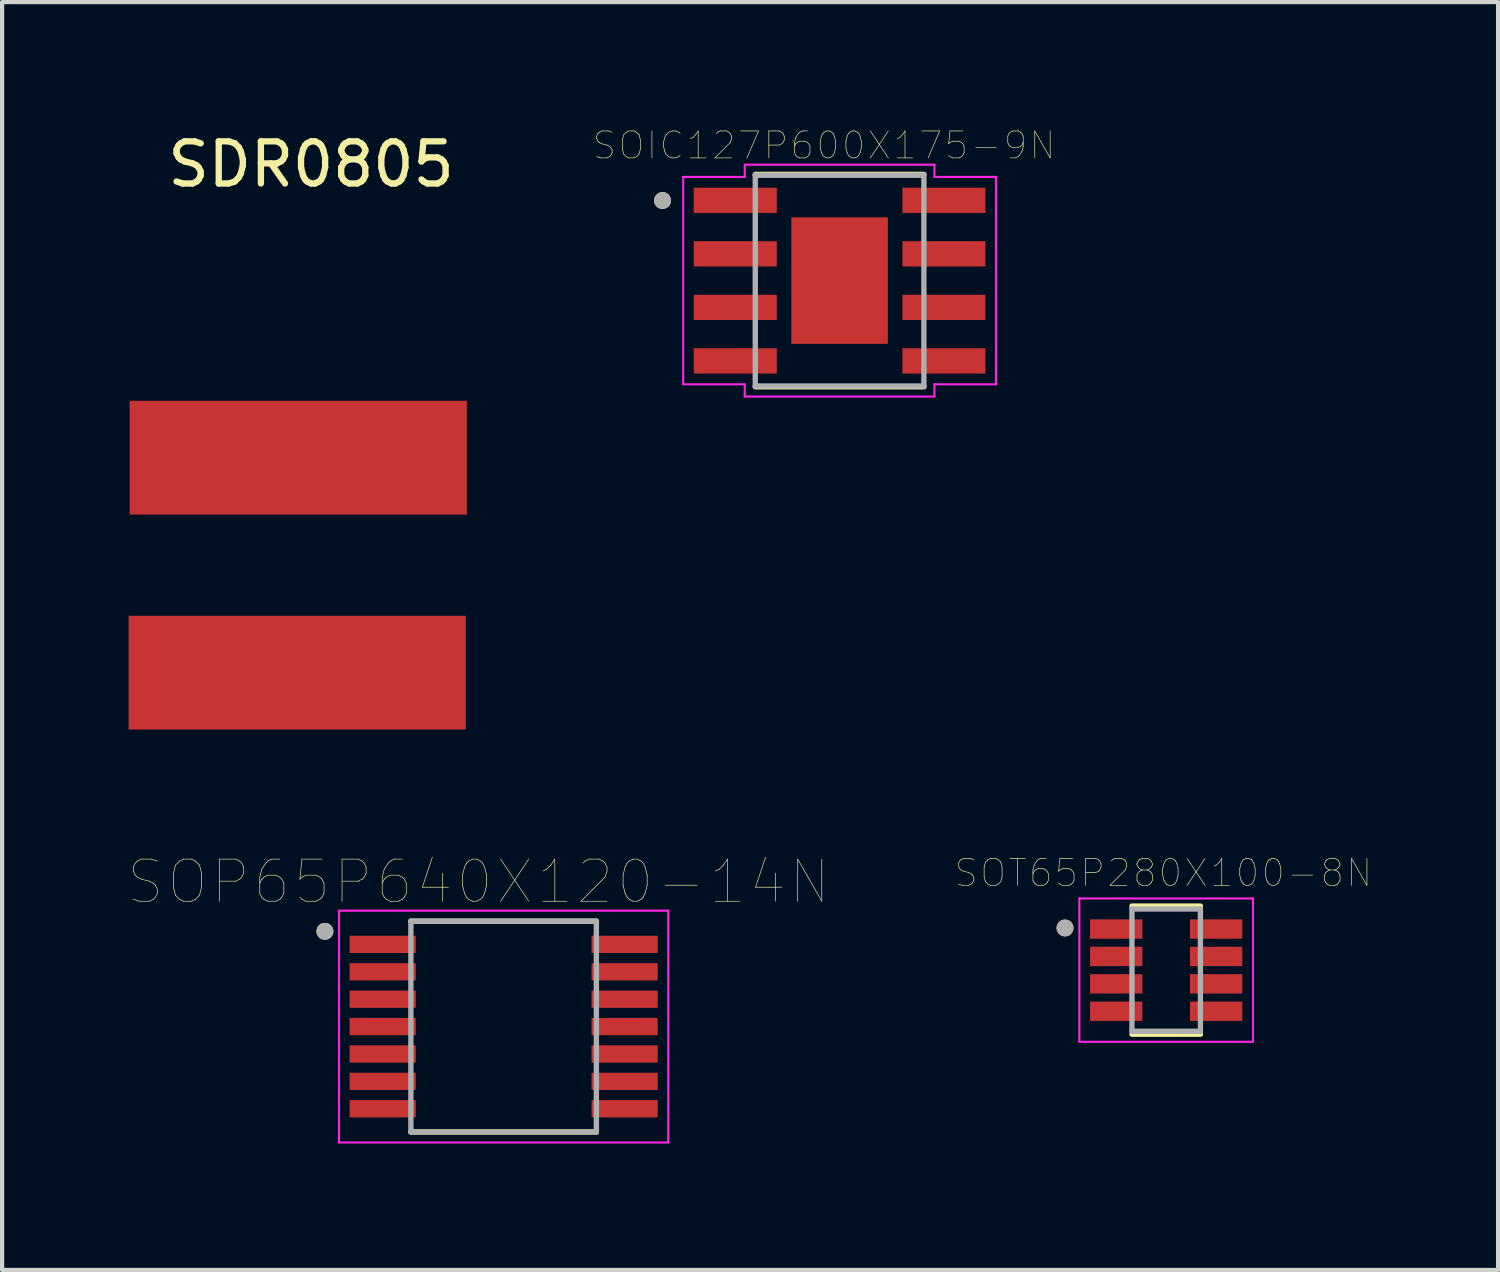
<source format=kicad_pcb>
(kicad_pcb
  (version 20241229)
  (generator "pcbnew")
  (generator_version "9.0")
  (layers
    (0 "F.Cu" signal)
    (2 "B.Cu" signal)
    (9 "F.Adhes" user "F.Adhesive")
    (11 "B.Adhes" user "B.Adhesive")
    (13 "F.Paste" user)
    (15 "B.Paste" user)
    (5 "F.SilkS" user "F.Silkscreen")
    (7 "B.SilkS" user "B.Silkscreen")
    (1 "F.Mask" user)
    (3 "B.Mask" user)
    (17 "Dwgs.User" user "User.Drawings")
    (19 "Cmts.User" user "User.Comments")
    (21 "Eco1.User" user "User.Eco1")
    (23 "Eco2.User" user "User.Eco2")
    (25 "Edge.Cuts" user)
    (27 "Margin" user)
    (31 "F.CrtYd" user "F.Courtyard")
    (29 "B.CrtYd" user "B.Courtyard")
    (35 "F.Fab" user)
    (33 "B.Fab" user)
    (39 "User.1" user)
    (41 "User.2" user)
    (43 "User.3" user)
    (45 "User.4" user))
  (footprint "SOP65P640X120-14N"
    (layer "F.Cu")
    (at 8.898 21.304)
    (property "Reference" "SOP65P640X120-14N" (at -0.595 -3.435 0) (layer "F.SilkS") (effects (font (size 1 1) (thickness 0.015))))
    (attr through_hole)
    (fp_line (start -2.2 -2.5) (end 2.2 -2.5) (stroke (width 0.127) (type solid)) (layer "F.SilkS"))
    (fp_line (start -2.2 2.5) (end 2.2 2.5) (stroke (width 0.127) (type solid)) (layer "F.SilkS"))
    (fp_circle (center -4.24 -2.26) (end -4.14 -2.26) (stroke (width 0.2) (type solid)) (fill no) (layer "F.SilkS"))
    (fp_line (start -3.905 -2.75) (end -3.905 2.75) (stroke (width 0.05) (type solid)) (layer "F.CrtYd"))
    (fp_line (start -3.905 -2.75) (end 3.905 -2.75) (stroke (width 0.05) (type solid)) (layer "F.CrtYd"))
    (fp_line (start -3.905 2.75) (end 3.905 2.75) (stroke (width 0.05) (type solid)) (layer "F.CrtYd"))
    (fp_line (start 3.905 -2.75) (end 3.905 2.75) (stroke (width 0.05) (type solid)) (layer "F.CrtYd"))
    (fp_line (start -2.2 -2.5) (end -2.2 2.5) (stroke (width 0.127) (type solid)) (layer "F.Fab"))
    (fp_line (start -2.2 -2.5) (end 2.2 -2.5) (stroke (width 0.127) (type solid)) (layer "F.Fab"))
    (fp_line (start -2.2 2.5) (end 2.2 2.5) (stroke (width 0.127) (type solid)) (layer "F.Fab"))
    (fp_line (start 2.2 -2.5) (end 2.2 2.5) (stroke (width 0.127) (type solid)) (layer "F.Fab"))
    (fp_circle (center -4.24 -2.26) (end -4.14 -2.26) (stroke (width 0.2) (type solid)) (fill no) (layer "F.Fab"))
    (pad "1" smd rect (at -2.87 -1.95) (size 1.57 0.41) (layers "F.Cu" "F.Mask" "F.Paste"))
    (pad "2" smd rect (at -2.87 -1.3) (size 1.57 0.41) (layers "F.Cu" "F.Mask" "F.Paste"))
    (pad "3" smd rect (at -2.87 -0.65) (size 1.57 0.41) (layers "F.Cu" "F.Mask" "F.Paste"))
    (pad "4" smd rect (at -2.87 0) (size 1.57 0.41) (layers "F.Cu" "F.Mask" "F.Paste"))
    (pad "5" smd rect (at -2.87 0.65) (size 1.57 0.41) (layers "F.Cu" "F.Mask" "F.Paste"))
    (pad "6" smd rect (at -2.87 1.3) (size 1.57 0.41) (layers "F.Cu" "F.Mask" "F.Paste"))
    (pad "7" smd rect (at -2.87 1.95) (size 1.57 0.41) (layers "F.Cu" "F.Mask" "F.Paste"))
    (pad "8" smd rect (at 2.87 1.95) (size 1.57 0.41) (layers "F.Cu" "F.Mask" "F.Paste"))
    (pad "9" smd rect (at 2.87 1.3) (size 1.57 0.41) (layers "F.Cu" "F.Mask" "F.Paste"))
    (pad "10" smd rect (at 2.87 0.65) (size 1.57 0.41) (layers "F.Cu" "F.Mask" "F.Paste"))
    (pad "11" smd rect (at 2.87 0) (size 1.57 0.41) (layers "F.Cu" "F.Mask" "F.Paste"))
    (pad "12" smd rect (at 2.87 -0.65) (size 1.57 0.41) (layers "F.Cu" "F.Mask" "F.Paste"))
    (pad "13" smd rect (at 2.87 -1.3) (size 1.57 0.41) (layers "F.Cu" "F.Mask" "F.Paste"))
    (pad "14" smd rect (at 2.87 -1.95) (size 1.57 0.41) (layers "F.Cu" "F.Mask" "F.Paste")))
  (footprint "SOIC127P600X175-9N"
    (layer "F.Cu")
    (at 16.868 3.607)
    (property "Reference" "SOIC127P600X175-9N" (at -0.368 -3.206 0) (layer "F.SilkS") (effects (font (size 0.64 0.64) (thickness 0.015))))
    (attr through_hole)
    (fp_line (start -2 -2.519) (end 2 -2.519) (stroke (width 0.127) (type solid)) (layer "F.SilkS"))
    (fp_line (start -2 2.519) (end 2 2.519) (stroke (width 0.127) (type solid)) (layer "F.SilkS"))
    (fp_circle (center -4.2 -1.9) (end -4.1 -1.9) (stroke (width 0.2) (type solid)) (fill no) (layer "F.SilkS"))
    (fp_poly (pts (xy -0.895 -1.245) (xy -0.125 -1.245) (xy -0.125 -0.125) (xy -0.895 -0.125)) (stroke (width 0.01) (type solid)) (fill yes) (layer "F.Paste"))
    (fp_poly (pts (xy -0.895 0.125) (xy -0.125 0.125) (xy -0.125 1.245) (xy -0.895 1.245)) (stroke (width 0.01) (type solid)) (fill yes) (layer "F.Paste"))
    (fp_poly (pts (xy 0.125 -1.245) (xy 0.895 -1.245) (xy 0.895 -0.125) (xy 0.125 -0.125)) (stroke (width 0.01) (type solid)) (fill yes) (layer "F.Paste"))
    (fp_poly (pts (xy 0.125 0.125) (xy 0.895 0.125) (xy 0.895 1.245) (xy 0.125 1.245)) (stroke (width 0.01) (type solid)) (fill yes) (layer "F.Paste"))
    (fp_line (start -3.71 -2.46) (end -2.25 -2.46) (stroke (width 0.05) (type solid)) (layer "F.CrtYd"))
    (fp_line (start -3.71 2.46) (end -3.71 -2.46) (stroke (width 0.05) (type solid)) (layer "F.CrtYd"))
    (fp_line (start -2.25 -2.75) (end 2.25 -2.75) (stroke (width 0.05) (type solid)) (layer "F.CrtYd"))
    (fp_line (start -2.25 -2.46) (end -2.25 -2.75) (stroke (width 0.05) (type solid)) (layer "F.CrtYd"))
    (fp_line (start -2.25 2.46) (end -3.71 2.46) (stroke (width 0.05) (type solid)) (layer "F.CrtYd"))
    (fp_line (start -2.25 2.75) (end -2.25 2.46) (stroke (width 0.05) (type solid)) (layer "F.CrtYd"))
    (fp_line (start 2.25 -2.75) (end 2.25 -2.46) (stroke (width 0.05) (type solid)) (layer "F.CrtYd"))
    (fp_line (start 2.25 -2.46) (end 3.71 -2.46) (stroke (width 0.05) (type solid)) (layer "F.CrtYd"))
    (fp_line (start 2.25 2.46) (end 2.25 2.75) (stroke (width 0.05) (type solid)) (layer "F.CrtYd"))
    (fp_line (start 2.25 2.75) (end -2.25 2.75) (stroke (width 0.05) (type solid)) (layer "F.CrtYd"))
    (fp_line (start 3.71 2.46) (end 2.25 2.46) (stroke (width 0.05) (type solid)) (layer "F.CrtYd"))
    (fp_line (start 3.71 2.46) (end 3.71 -2.46) (stroke (width 0.05) (type solid)) (layer "F.CrtYd"))
    (fp_line (start -2 -2.5) (end 2 -2.5) (stroke (width 0.127) (type solid)) (layer "F.Fab"))
    (fp_line (start -2 2.5) (end -2 -2.5) (stroke (width 0.127) (type solid)) (layer "F.Fab"))
    (fp_line (start 2 -2.5) (end 2 2.5) (stroke (width 0.127) (type solid)) (layer "F.Fab"))
    (fp_line (start 2 2.5) (end -2 2.5) (stroke (width 0.127) (type solid)) (layer "F.Fab"))
    (fp_circle (center -4.2 -1.9) (end -4.1 -1.9) (stroke (width 0.2) (type solid)) (fill no) (layer "F.Fab"))
    (pad "1" smd rect (at -2.475 -1.905) (size 1.97 0.6) (layers "F.Cu" "F.Mask" "F.Paste"))
    (pad "2" smd rect (at -2.475 -0.635) (size 1.97 0.6) (layers "F.Cu" "F.Mask" "F.Paste"))
    (pad "3" smd rect (at -2.475 0.635) (size 1.97 0.6) (layers "F.Cu" "F.Mask" "F.Paste"))
    (pad "4" smd rect (at -2.475 1.905) (size 1.97 0.6) (layers "F.Cu" "F.Mask" "F.Paste"))
    (pad "5" smd rect (at 2.475 1.905) (size 1.97 0.6) (layers "F.Cu" "F.Mask" "F.Paste"))
    (pad "6" smd rect (at 2.475 0.635) (size 1.97 0.6) (layers "F.Cu" "F.Mask" "F.Paste"))
    (pad "7" smd rect (at 2.475 -0.635) (size 1.97 0.6) (layers "F.Cu" "F.Mask" "F.Paste"))
    (pad "8" smd rect (at 2.475 -1.905) (size 1.97 0.6) (layers "F.Cu" "F.Mask" "F.Paste"))
    (pad "9" smd rect (at 0 0) (size 2.29 3.002) (layers "F.Cu" "F.Mask")))
  (footprint "SDR0805"
    (layer "F.Cu")
    (at 4.025 7.808)
    (property "Reference" "SDR0805" (at 0.305 -6.96 0) (layer "F.SilkS") (effects (font (size 1 1) (thickness 0.15))))
    (attr through_hole)
    (pad "1" smd rect (at 0 0) (size 8 2.7) (layers "F.Cu" "F.Mask" "F.Paste"))
    (pad "2" smd rect (at -0.025 5.1) (size 8 2.7) (layers "F.Cu" "F.Mask" "F.Paste")))
  (footprint "SOT65P280X100-8N"
    (layer "F.Cu")
    (at 24.616 19.965)
    (property "Reference" "SOT65P280X100-8N" (at -0.068 -2.306 0) (layer "F.SilkS") (effects (font (size 0.64 0.64) (thickness 0.015))))
    (attr through_hole)
    (fp_line (start -0.812 -1.52) (end 0.812 -1.52) (stroke (width 0.127) (type solid)) (layer "F.SilkS"))
    (fp_line (start -0.812 1.52) (end 0.812 1.52) (stroke (width 0.127) (type solid)) (layer "F.SilkS"))
    (fp_circle (center -2.4 -1) (end -2.3 -1) (stroke (width 0.2) (type solid)) (fill no) (layer "F.SilkS"))
    (fp_line (start -2.06 -1.7) (end 2.06 -1.7) (stroke (width 0.05) (type solid)) (layer "F.CrtYd"))
    (fp_line (start -2.06 1.7) (end -2.06 -1.7) (stroke (width 0.05) (type solid)) (layer "F.CrtYd"))
    (fp_line (start 2.06 -1.7) (end 2.06 1.7) (stroke (width 0.05) (type solid)) (layer "F.CrtYd"))
    (fp_line (start 2.06 1.7) (end -2.06 1.7) (stroke (width 0.05) (type solid)) (layer "F.CrtYd"))
    (fp_line (start -0.812 -1.45) (end 0.812 -1.45) (stroke (width 0.127) (type solid)) (layer "F.Fab"))
    (fp_line (start -0.812 1.45) (end -0.812 -1.45) (stroke (width 0.127) (type solid)) (layer "F.Fab"))
    (fp_line (start 0.812 -1.45) (end 0.812 1.45) (stroke (width 0.127) (type solid)) (layer "F.Fab"))
    (fp_line (start 0.812 1.45) (end -0.812 1.45) (stroke (width 0.127) (type solid)) (layer "F.Fab"))
    (fp_circle (center -2.4 -1) (end -2.3 -1) (stroke (width 0.2) (type solid)) (fill no) (layer "F.Fab"))
    (pad "1" smd rect (at -1.185 -0.975) (size 1.24 0.46) (layers "F.Cu" "F.Mask" "F.Paste"))
    (pad "2" smd rect (at -1.185 -0.325) (size 1.24 0.46) (layers "F.Cu" "F.Mask" "F.Paste"))
    (pad "3" smd rect (at -1.185 0.325) (size 1.24 0.46) (layers "F.Cu" "F.Mask" "F.Paste"))
    (pad "4" smd rect (at -1.185 0.975) (size 1.24 0.46) (layers "F.Cu" "F.Mask" "F.Paste"))
    (pad "5" smd rect (at 1.185 0.975) (size 1.24 0.46) (layers "F.Cu" "F.Mask" "F.Paste"))
    (pad "6" smd rect (at 1.185 0.325) (size 1.24 0.46) (layers "F.Cu" "F.Mask" "F.Paste"))
    (pad "7" smd rect (at 1.185 -0.325) (size 1.24 0.46) (layers "F.Cu" "F.Mask" "F.Paste"))
    (pad "8" smd rect (at 1.185 -0.975) (size 1.24 0.46) (layers "F.Cu" "F.Mask" "F.Paste")))
  (gr_rect
    (start -3 -3)
    (end 32.49 27.079)
    (stroke (width 0.1) (type default))
    (fill no)
    (layer "Edge.Cuts")))
</source>
